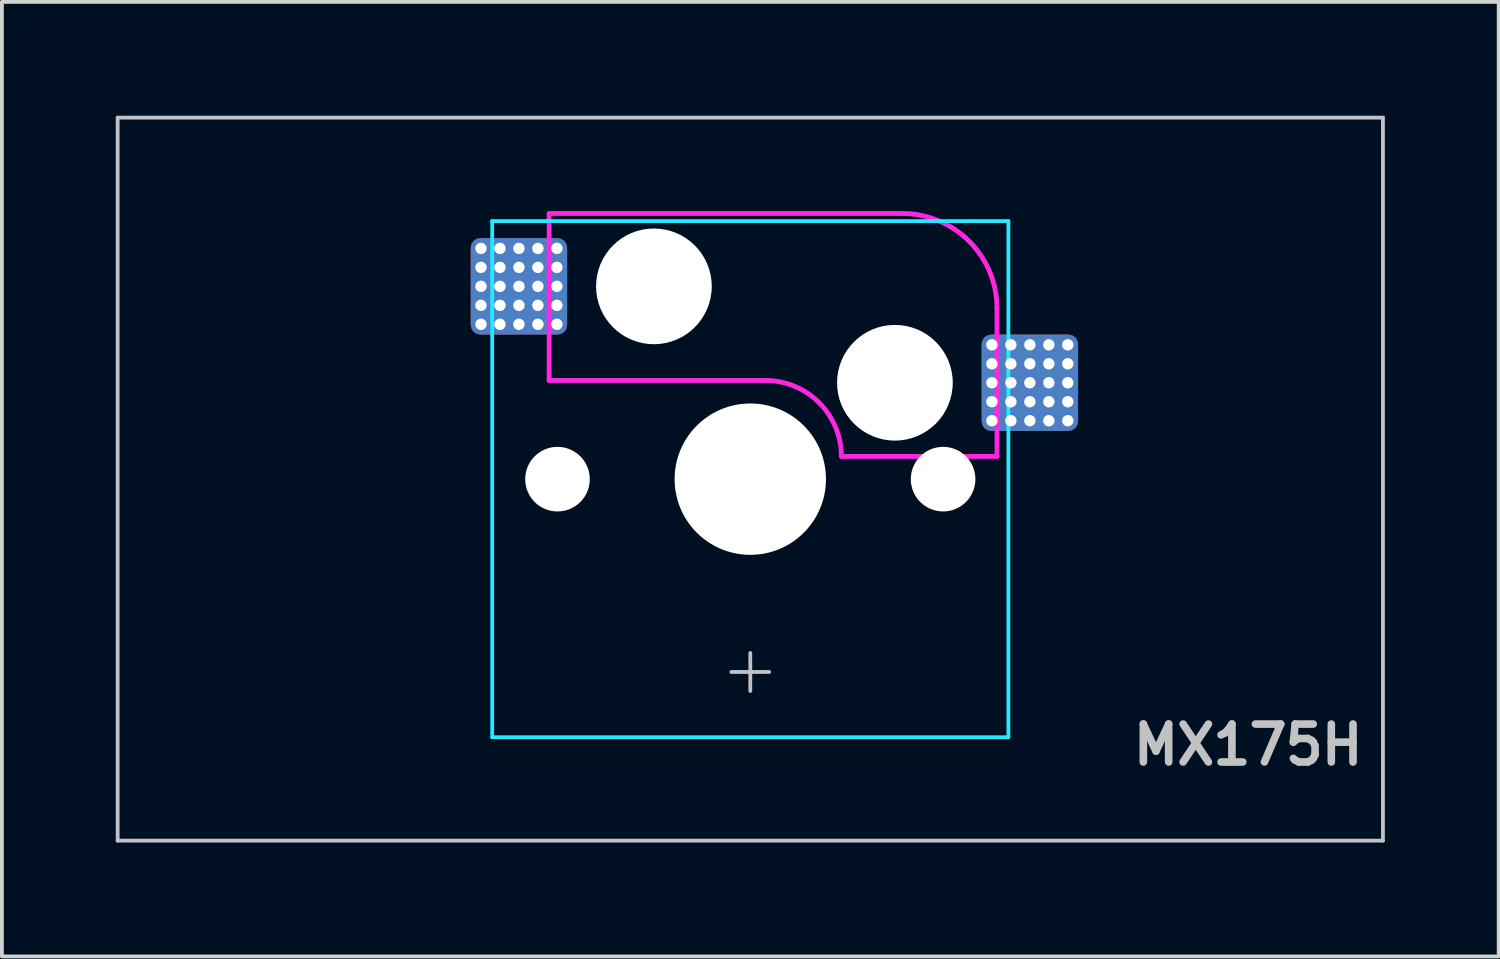
<source format=kicad_pcb>
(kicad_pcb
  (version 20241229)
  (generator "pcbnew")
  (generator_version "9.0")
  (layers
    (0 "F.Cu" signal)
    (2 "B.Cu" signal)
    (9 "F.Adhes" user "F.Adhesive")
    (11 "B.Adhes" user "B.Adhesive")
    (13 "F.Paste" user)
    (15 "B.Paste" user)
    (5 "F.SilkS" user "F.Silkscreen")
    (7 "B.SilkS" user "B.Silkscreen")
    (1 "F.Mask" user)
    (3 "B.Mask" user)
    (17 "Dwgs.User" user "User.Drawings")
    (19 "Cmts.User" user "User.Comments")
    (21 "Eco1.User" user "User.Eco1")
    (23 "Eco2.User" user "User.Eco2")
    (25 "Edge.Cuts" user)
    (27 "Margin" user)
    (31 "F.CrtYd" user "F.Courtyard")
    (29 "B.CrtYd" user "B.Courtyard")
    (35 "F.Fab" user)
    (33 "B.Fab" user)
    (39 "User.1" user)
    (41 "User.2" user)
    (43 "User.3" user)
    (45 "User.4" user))
  (footprint "MX175H"
    (layer "F.Cu")
    (at 16.719 9.575)
    (property "Reference" "MX175H" (at 16.25 7 0) (layer "Dwgs.User") (effects (font (size 1 1) (thickness 0.2)) (justify right)))
    (attr smd)
    (fp_line (start -16.669 -9.525) (end -16.669 9.525) (stroke (width 0.1) (type solid)) (layer "Dwgs.User"))
    (fp_line (start -16.669 -9.525) (end 16.669 -9.525) (stroke (width 0.1) (type solid)) (layer "Dwgs.User"))
    (fp_line (start -16.669 9.525) (end 16.669 9.525) (stroke (width 0.1) (type solid)) (layer "Dwgs.User"))
    (fp_line (start -0.5 5.08) (end 0.5 5.08) (stroke (width 0.1) (type solid)) (layer "Dwgs.User"))
    (fp_line (start 0 4.58) (end 0 5.58) (stroke (width 0.1) (type solid)) (layer "Dwgs.User"))
    (fp_line (start 16.669 9.525) (end 16.669 -9.525) (stroke (width 0.1) (type solid)) (layer "Dwgs.User"))
    (fp_line (start -7 -6.5) (end -7 6.5) (stroke (width 0.1) (type solid)) (layer "Eco1.User"))
    (fp_line (start -6.5 7) (end 6.5 7) (stroke (width 0.1) (type solid)) (layer "Eco1.User"))
    (fp_line (start 6.5 -7) (end -6.5 -7) (stroke (width 0.1) (type solid)) (layer "Eco1.User"))
    (fp_line (start 7 6.5) (end 7 -6.5) (stroke (width 0.1) (type solid)) (layer "Eco1.User"))
    (fp_arc (start -7 -6.5) (mid -6.853553 -6.853553) (end -6.5 -7) (stroke (width 0.1) (type solid)) (layer "Eco1.User"))
    (fp_arc (start -6.5 7) (mid -6.853553 6.853553) (end -7 6.5) (stroke (width 0.1) (type solid)) (layer "Eco1.User"))
    (fp_arc (start 6.5 -7) (mid 6.853553 -6.853553) (end 7 -6.5) (stroke (width 0.1) (type solid)) (layer "Eco1.User"))
    (fp_arc (start 7 6.5) (mid 6.853553 6.853553) (end 6.5 7) (stroke (width 0.1) (type solid)) (layer "Eco1.User"))
    (fp_line (start -6.8 -6.8) (end -6.8 6.8) (stroke (width 0.1) (type solid)) (layer "B.CrtYd"))
    (fp_line (start -6.8 -6.8) (end 6.8 -6.8) (stroke (width 0.1) (type solid)) (layer "B.CrtYd"))
    (fp_line (start -6.8 6.8) (end 6.8 6.8) (stroke (width 0.1) (type solid)) (layer "B.CrtYd"))
    (fp_line (start 6.8 -6.8) (end 6.8 6.8) (stroke (width 0.1) (type solid)) (layer "B.CrtYd"))
    (fp_line (start -5.3 -7) (end -5.3 -2.6) (stroke (width 0.127) (type solid)) (layer "F.CrtYd"))
    (fp_line (start -5.3 -7) (end 4 -7) (stroke (width 0.127) (type solid)) (layer "F.CrtYd"))
    (fp_line (start 0.4 -2.6) (end -5.3 -2.6) (stroke (width 0.127) (type solid)) (layer "F.CrtYd"))
    (fp_line (start 6.5 -4.5) (end 6.5 -0.6) (stroke (width 0.127) (type solid)) (layer "F.CrtYd"))
    (fp_line (start 6.5 -0.6) (end 2.4 -0.6) (stroke (width 0.127) (type solid)) (layer "F.CrtYd"))
    (fp_arc (start 0.4 -2.6) (mid 1.814214 -2.014214) (end 2.4 -0.6) (stroke (width 0.127) (type solid)) (layer "F.CrtYd"))
    (fp_arc (start 4 -7) (mid 5.767767 -6.267767) (end 6.5 -4.5) (stroke (width 0.127) (type solid)) (layer "F.CrtYd"))
    (pad "" np_thru_hole circle (at -5.08 0) (size 1.702 1.702) (drill 1.702) (layers "*.Cu" "*.Mask"))
    (pad "" np_thru_hole circle (at -2.54 -5.08) (size 3.048 3.048) (drill 3.048) (layers "*.Cu" "*.Mask"))
    (pad "" np_thru_hole circle (at 0 0) (size 3.988 3.988) (drill 3.988) (layers "*.Cu" "*.Mask"))
    (pad "" np_thru_hole circle (at 3.81 -2.54 90) (size 3.048 3.048) (drill 3.048) (layers "*.Cu" "*.Mask"))
    (pad "" np_thru_hole circle (at 5.08 0) (size 1.702 1.702) (drill 1.702) (layers "*.Cu" "*.Mask"))
    (pad "1" thru_hole circle (at -7.096 -6.08) (size 0.3 0.3) (drill 0.3) (layers "*.Cu" "F.Mask"))
    (pad "1" thru_hole circle (at -7.096 -5.58) (size 0.3 0.3) (drill 0.3) (layers "*.Cu" "F.Mask"))
    (pad "1" thru_hole circle (at -7.096 -5.08) (size 0.3 0.3) (drill 0.3) (layers "*.Cu" "F.Mask"))
    (pad "1" thru_hole circle (at -7.096 -4.58) (size 0.3 0.3) (drill 0.3) (layers "*.Cu" "F.Mask"))
    (pad "1" thru_hole circle (at -7.096 -4.08) (size 0.3 0.3) (drill 0.3) (layers "*.Cu" "F.Mask"))
    (pad "1" thru_hole circle (at -6.596 -6.08) (size 0.3 0.3) (drill 0.3) (layers "*.Cu" "F.Mask"))
    (pad "1" thru_hole circle (at -6.596 -5.58) (size 0.3 0.3) (drill 0.3) (layers "*.Cu" "F.Mask"))
    (pad "1" thru_hole circle (at -6.596 -5.08) (size 0.3 0.3) (drill 0.3) (layers "*.Cu" "F.Mask"))
    (pad "1" thru_hole circle (at -6.596 -4.58) (size 0.3 0.3) (drill 0.3) (layers "*.Cu" "F.Mask"))
    (pad "1" thru_hole circle (at -6.596 -4.08) (size 0.3 0.3) (drill 0.3) (layers "*.Cu" "F.Mask"))
    (pad "1" thru_hole circle (at -6.096 -6.08) (size 0.3 0.3) (drill 0.3) (layers "*.Cu" "F.Mask"))
    (pad "1" thru_hole circle (at -6.096 -5.58) (size 0.3 0.3) (drill 0.3) (layers "*.Cu" "F.Mask"))
    (pad "1" thru_hole circle (at -6.096 -5.08) (size 0.3 0.3) (drill 0.3) (layers "*.Cu" "F.Mask"))
    (pad "1" smd roundrect (at -6.096 -5.08) (size 2.54 2.54) (layers "F.Cu" "F.Mask") (roundrect_rratio 0.1))
    (pad "1" smd roundrect (at -6.096 -5.08) (size 2.54 2.54) (layers "B.Cu") (roundrect_rratio 0.1))
    (pad "1" thru_hole circle (at -6.096 -4.58) (size 0.3 0.3) (drill 0.3) (layers "*.Cu" "F.Mask"))
    (pad "1" thru_hole circle (at -6.096 -4.08) (size 0.3 0.3) (drill 0.3) (layers "*.Cu" "F.Mask"))
    (pad "1" thru_hole circle (at -5.596 -6.08) (size 0.3 0.3) (drill 0.3) (layers "*.Cu" "F.Mask"))
    (pad "1" thru_hole circle (at -5.596 -5.58) (size 0.3 0.3) (drill 0.3) (layers "*.Cu" "F.Mask"))
    (pad "1" thru_hole circle (at -5.596 -5.08) (size 0.3 0.3) (drill 0.3) (layers "*.Cu" "F.Mask"))
    (pad "1" thru_hole circle (at -5.596 -4.58) (size 0.3 0.3) (drill 0.3) (layers "*.Cu" "F.Mask"))
    (pad "1" thru_hole circle (at -5.596 -4.08) (size 0.3 0.3) (drill 0.3) (layers "*.Cu" "F.Mask"))
    (pad "1" thru_hole circle (at -5.096 -6.08) (size 0.3 0.3) (drill 0.3) (layers "*.Cu" "F.Mask"))
    (pad "1" thru_hole circle (at -5.096 -5.58) (size 0.3 0.3) (drill 0.3) (layers "*.Cu" "F.Mask"))
    (pad "1" thru_hole circle (at -5.096 -5.08) (size 0.3 0.3) (drill 0.3) (layers "*.Cu" "F.Mask"))
    (pad "1" thru_hole circle (at -5.096 -4.58) (size 0.3 0.3) (drill 0.3) (layers "*.Cu" "F.Mask"))
    (pad "1" thru_hole circle (at -5.096 -4.08) (size 0.3 0.3) (drill 0.3) (layers "*.Cu" "F.Mask"))
    (pad "2" thru_hole circle (at 6.366 -3.54) (size 0.3 0.3) (drill 0.3) (layers "*.Cu" "F.Mask"))
    (pad "2" thru_hole circle (at 6.366 -3.04) (size 0.3 0.3) (drill 0.3) (layers "*.Cu" "F.Mask"))
    (pad "2" thru_hole circle (at 6.366 -2.54) (size 0.3 0.3) (drill 0.3) (layers "*.Cu" "F.Mask"))
    (pad "2" thru_hole circle (at 6.366 -2.04) (size 0.3 0.3) (drill 0.3) (layers "*.Cu" "F.Mask"))
    (pad "2" thru_hole circle (at 6.366 -1.54) (size 0.3 0.3) (drill 0.3) (layers "*.Cu" "F.Mask"))
    (pad "2" thru_hole circle (at 6.866 -3.54) (size 0.3 0.3) (drill 0.3) (layers "*.Cu" "F.Mask"))
    (pad "2" thru_hole circle (at 6.866 -3.04) (size 0.3 0.3) (drill 0.3) (layers "*.Cu" "F.Mask"))
    (pad "2" thru_hole circle (at 6.866 -2.54) (size 0.3 0.3) (drill 0.3) (layers "*.Cu" "F.Mask"))
    (pad "2" thru_hole circle (at 6.866 -2.04) (size 0.3 0.3) (drill 0.3) (layers "*.Cu" "F.Mask"))
    (pad "2" thru_hole circle (at 6.866 -1.54) (size 0.3 0.3) (drill 0.3) (layers "*.Cu" "F.Mask"))
    (pad "2" thru_hole circle (at 7.366 -3.54) (size 0.3 0.3) (drill 0.3) (layers "*.Cu" "F.Mask"))
    (pad "2" thru_hole circle (at 7.366 -3.04) (size 0.3 0.3) (drill 0.3) (layers "*.Cu" "F.Mask"))
    (pad "2" thru_hole circle (at 7.366 -2.54) (size 0.3 0.3) (drill 0.3) (layers "*.Cu" "F.Mask"))
    (pad "2" smd roundrect (at 7.366 -2.54) (size 2.54 2.54) (layers "F.Cu" "F.Mask") (roundrect_rratio 0.1))
    (pad "2" smd roundrect (at 7.366 -2.54) (size 2.54 2.54) (layers "B.Cu") (roundrect_rratio 0.1))
    (pad "2" thru_hole circle (at 7.366 -2.04) (size 0.3 0.3) (drill 0.3) (layers "*.Cu" "F.Mask"))
    (pad "2" thru_hole circle (at 7.366 -1.54) (size 0.3 0.3) (drill 0.3) (layers "*.Cu" "F.Mask"))
    (pad "2" thru_hole circle (at 7.866 -3.54) (size 0.3 0.3) (drill 0.3) (layers "*.Cu" "F.Mask"))
    (pad "2" thru_hole circle (at 7.866 -3.04) (size 0.3 0.3) (drill 0.3) (layers "*.Cu" "F.Mask"))
    (pad "2" thru_hole circle (at 7.866 -2.54) (size 0.3 0.3) (drill 0.3) (layers "*.Cu" "F.Mask"))
    (pad "2" thru_hole circle (at 7.866 -2.04) (size 0.3 0.3) (drill 0.3) (layers "*.Cu" "F.Mask"))
    (pad "2" thru_hole circle (at 7.866 -1.54) (size 0.3 0.3) (drill 0.3) (layers "*.Cu" "F.Mask"))
    (pad "2" thru_hole circle (at 8.366 -3.54) (size 0.3 0.3) (drill 0.3) (layers "*.Cu" "F.Mask"))
    (pad "2" thru_hole circle (at 8.366 -3.04) (size 0.3 0.3) (drill 0.3) (layers "*.Cu" "F.Mask"))
    (pad "2" thru_hole circle (at 8.366 -2.54) (size 0.3 0.3) (drill 0.3) (layers "*.Cu" "F.Mask"))
    (pad "2" thru_hole circle (at 8.366 -2.04) (size 0.3 0.3) (drill 0.3) (layers "*.Cu" "F.Mask"))
    (pad "2" thru_hole circle (at 8.366 -1.54) (size 0.3 0.3) (drill 0.3) (layers "*.Cu" "F.Mask")))
  (gr_rect
    (start -3 -3)
    (end 36.438 22.15)
    (stroke (width 0.1) (type default))
    (fill no)
    (layer "Edge.Cuts")))
</source>
